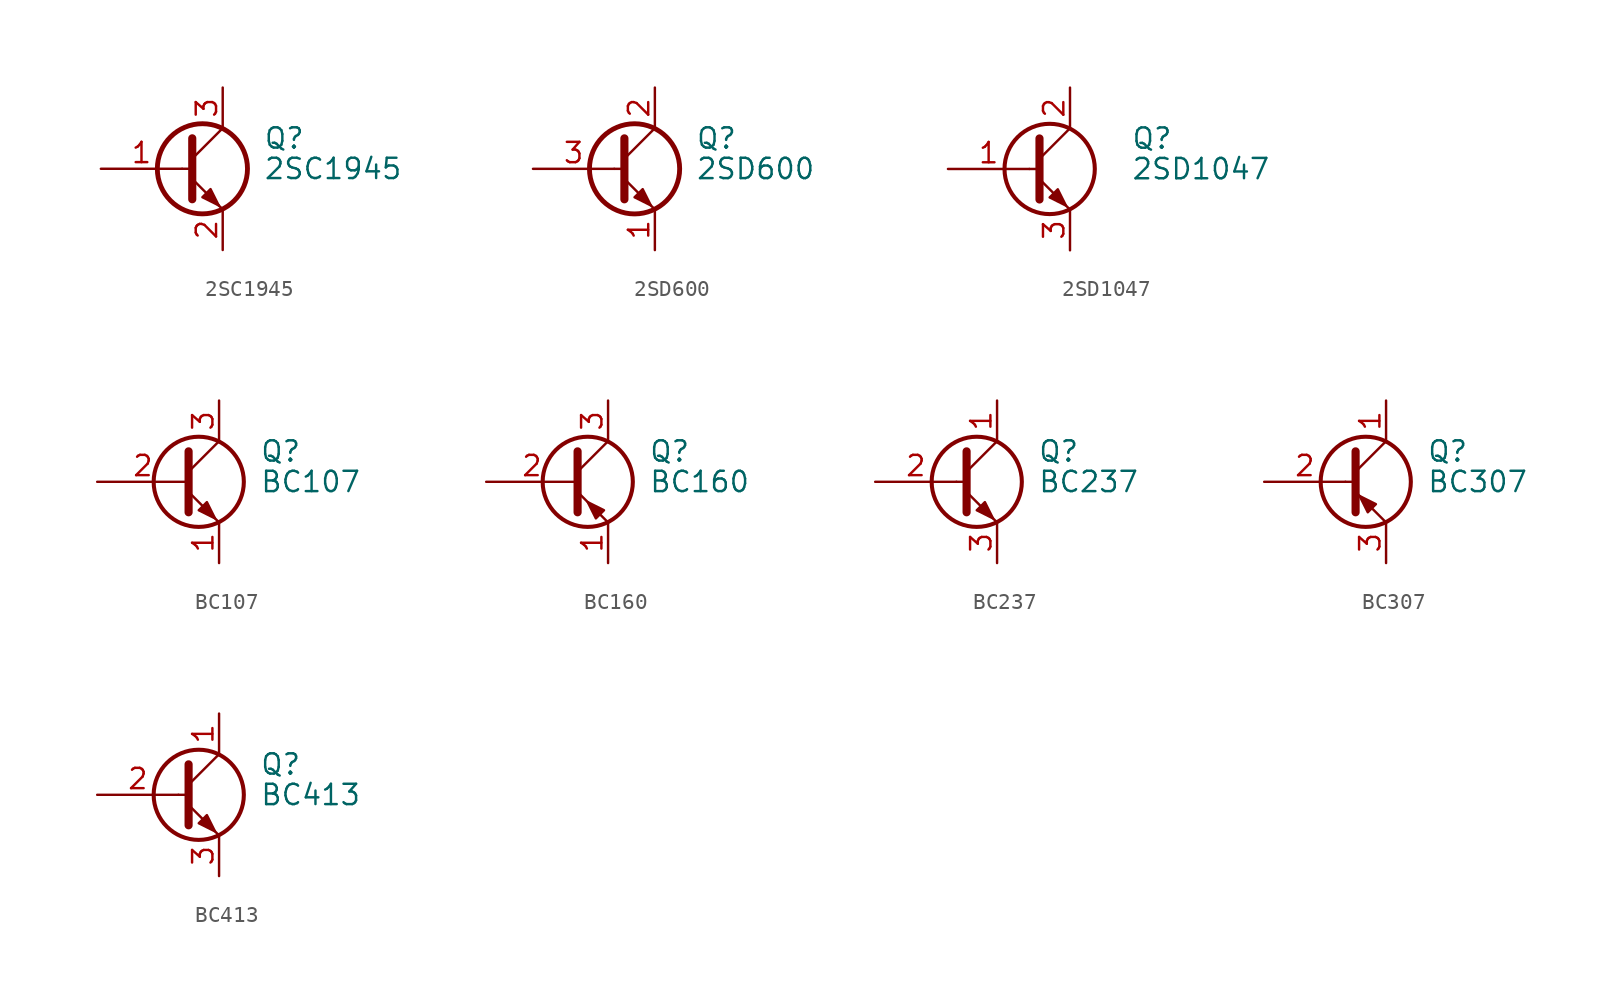
<source format=kicad_sym>
(kicad_symbol_lib
  (version 20201005)
  (generator kicad_symbol_editor)
  (symbol "Transistor_BJT:2SC1945"
    (pin_names
      (offset 0) hide)
    (property "Reference" "Q"
      (at 5.08 1.905 0)
      (effects (font (size 1.27 1.27)) (justify left)))
    (property "Value" "2SC1945"
      (at 5.08 0 0)
      (effects (font (size 1.27 1.27)) (justify left)))
    (symbol "2SC1945_0_1"
      (circle (center 1.27 0) (radius 2.819) (stroke (width 0.305)) (fill (type none)))
      (polyline (pts (xy 0 0) (xy 0.635 0)) (stroke (width 0)) (fill (type none)))
      (polyline (pts (xy 2.54 2.54) (xy 0.635 0.635)) (stroke (width 0)) (fill (type none)))
      (polyline (pts (xy 0.635 1.905) (xy 0.635 -1.905) (xy 0.635 -1.905)) (stroke (width 0.508)) (fill (type none)))
      (polyline (pts (xy 2.286 -2.286) (xy 1.778 -1.778) (xy 1.778 -1.778)) (stroke (width 0)) (fill (type none)))
      (polyline (pts (xy 2.54 -2.54) (xy 0.635 -0.635) (xy 1.27 -1.27)) (stroke (width 0)) (fill (type outline)))
      (polyline (pts (xy 1.27 -1.778) (xy 1.778 -1.27) (xy 2.286 -2.286) (xy 1.27 -1.778) (xy 1.27 -1.778)) (stroke (width 0)) (fill (type outline))))
    (symbol "2SC1945_1_1"
      (pin input line (at -5.08 0 0) (length 5.08) (name "B" (effects (font (size 1.27 1.27)))) (number "1" (effects (font (size 1.27 1.27)))))
      (pin passive line (at 2.54 -5.08 90) (length 2.54) (name "E" (effects (font (size 1.27 1.27)))) (number "2" (effects (font (size 1.27 1.27)))))
      (pin passive line (at 2.54 5.08 270) (length 2.54) (name "C" (effects (font (size 1.27 1.27)))) (number "3" (effects (font (size 1.27 1.27)))))))
  (symbol "Transistor_BJT:2SD600"
    (pin_names
      (offset 0) hide)
    (property "Reference" "Q"
      (at 5.08 1.905 0)
      (effects (font (size 1.27 1.27)) (justify left)))
    (property "Value" "2SD600"
      (at 5.08 0 0)
      (effects (font (size 1.27 1.27)) (justify left)))
    (symbol "2SD600_0_1"
      (circle (center 1.27 0) (radius 2.819) (stroke (width 0.305)) (fill (type none)))
      (polyline (pts (xy 0 0) (xy 0.635 0)) (stroke (width 0)) (fill (type none)))
      (polyline (pts (xy 2.54 -2.54) (xy 0.635 -0.635)) (stroke (width 0)) (fill (type none)))
      (polyline (pts (xy 2.54 2.54) (xy 0.635 0.635)) (stroke (width 0)) (fill (type none)))
      (polyline (pts (xy 0.635 1.905) (xy 0.635 -1.905) (xy 0.635 -1.905)) (stroke (width 0.508)) (fill (type outline)))
      (polyline (pts (xy 1.27 -1.778) (xy 1.778 -1.27) (xy 2.286 -2.286) (xy 1.27 -1.778) (xy 1.27 -1.778)) (stroke (width 0)) (fill (type outline))))
    (symbol "2SD600_1_1"
      (pin passive line (at 2.54 -5.08 90) (length 2.54) (name "E" (effects (font (size 1.27 1.27)))) (number "1" (effects (font (size 1.27 1.27)))))
      (pin passive line (at 2.54 5.08 270) (length 2.54) (name "C" (effects (font (size 1.27 1.27)))) (number "2" (effects (font (size 1.27 1.27)))))
      (pin input line (at -5.08 0 0) (length 5.08) (name "B" (effects (font (size 1.27 1.27)))) (number "3" (effects (font (size 1.27 1.27)))))))
  (symbol "Transistor_BJT:2SD1047"
    (pin_names
      (offset 0) hide)
    (property "Reference" "Q"
      (at 6.35 1.905 0)
      (effects (font (size 1.27 1.27)) (justify left)))
    (property "Value" "2SD1047"
      (at 6.35 0 0)
      (effects (font (size 1.27 1.27)) (justify left)))
    (symbol "2SD1047_0_1"
      (circle (center 1.27 0) (radius 2.819) (stroke (width 0.254)) (fill (type none)))
      (polyline (pts (xy 0 0) (xy 0.762 0)) (stroke (width 0)) (fill (type none)))
      (polyline (pts (xy 0.635 0.635) (xy 2.54 2.54)) (stroke (width 0)) (fill (type none)))
      (polyline (pts (xy 0.635 -0.635) (xy 2.54 -2.54) (xy 2.54 -2.54)) (stroke (width 0)) (fill (type none)))
      (polyline (pts (xy 0.635 1.905) (xy 0.635 -1.905) (xy 0.635 -1.905)) (stroke (width 0.508)) (fill (type none)))
      (polyline (pts (xy 1.27 -1.778) (xy 1.778 -1.27) (xy 2.286 -2.286) (xy 1.27 -1.778) (xy 1.27 -1.778)) (stroke (width 0)) (fill (type outline))))
    (symbol "2SD1047_1_1"
      (pin input line (at -5.08 0 0) (length 5.08) (name "B" (effects (font (size 1.27 1.27)))) (number "1" (effects (font (size 1.27 1.27)))))
      (pin passive line (at 2.54 5.08 270) (length 2.54) (name "C" (effects (font (size 1.27 1.27)))) (number "2" (effects (font (size 1.27 1.27)))))
      (pin passive line (at 2.54 -5.08 90) (length 2.54) (name "E" (effects (font (size 1.27 1.27)))) (number "3" (effects (font (size 1.27 1.27)))))))
  (symbol "Transistor_BJT:BC107"
    (pin_names
      (offset 0) hide)
    (property "Reference" "Q"
      (at 5.08 1.905 0)
      (effects (font (size 1.27 1.27)) (justify left)))
    (property "Value" "BC107"
      (at 5.08 0 0)
      (effects (font (size 1.27 1.27)) (justify left)))
    (symbol "BC107_0_1"
      (circle (center 1.27 0) (radius 2.819) (stroke (width 0.254)) (fill (type none)))
      (polyline (pts (xy 0.635 0.635) (xy 2.54 2.54)) (stroke (width 0)) (fill (type none)))
      (polyline (pts (xy 0.635 -0.635) (xy 2.54 -2.54) (xy 2.54 -2.54)) (stroke (width 0)) (fill (type none)))
      (polyline (pts (xy 0.635 1.905) (xy 0.635 -1.905) (xy 0.635 -1.905)) (stroke (width 0.508)) (fill (type none)))
      (polyline (pts (xy 1.27 -1.778) (xy 1.778 -1.27) (xy 2.286 -2.286) (xy 1.27 -1.778) (xy 1.27 -1.778)) (stroke (width 0)) (fill (type outline))))
    (symbol "BC107_1_1"
      (pin passive line (at 2.54 -5.08 90) (length 2.54) (name "E" (effects (font (size 1.27 1.27)))) (number "1" (effects (font (size 1.27 1.27)))))
      (pin input line (at -5.08 0 0) (length 5.715) (name "B" (effects (font (size 1.27 1.27)))) (number "2" (effects (font (size 1.27 1.27)))))
      (pin passive line (at 2.54 5.08 270) (length 2.54) (name "C" (effects (font (size 1.27 1.27)))) (number "3" (effects (font (size 1.27 1.27)))))))
  (symbol "Transistor_BJT:BC160"
    (pin_names
      (offset 0) hide)
    (property "Reference" "Q"
      (at 5.08 1.905 0)
      (effects (font (size 1.27 1.27)) (justify left)))
    (property "Value" "BC160"
      (at 5.08 0 0)
      (effects (font (size 1.27 1.27)) (justify left)))
    (symbol "BC160_0_1"
      (circle (center 1.27 0) (radius 2.819) (stroke (width 0.254)) (fill (type none)))
      (polyline (pts (xy 0.635 0.635) (xy 2.54 2.54)) (stroke (width 0)) (fill (type none)))
      (polyline (pts (xy 0.635 -0.635) (xy 2.54 -2.54) (xy 2.54 -2.54)) (stroke (width 0)) (fill (type none)))
      (polyline (pts (xy 0.635 1.905) (xy 0.635 -1.905) (xy 0.635 -1.905)) (stroke (width 0.508)) (fill (type none)))
      (polyline (pts (xy 2.286 -1.778) (xy 1.778 -2.286) (xy 1.27 -1.27) (xy 2.286 -1.778) (xy 2.286 -1.778)) (stroke (width 0)) (fill (type outline))))
    (symbol "BC160_1_1"
      (pin passive line (at 2.54 -5.08 90) (length 2.54) (name "E" (effects (font (size 1.27 1.27)))) (number "1" (effects (font (size 1.27 1.27)))))
      (pin input line (at -5.08 0 0) (length 5.715) (name "B" (effects (font (size 1.27 1.27)))) (number "2" (effects (font (size 1.27 1.27)))))
      (pin passive line (at 2.54 5.08 270) (length 2.54) (name "C" (effects (font (size 1.27 1.27)))) (number "3" (effects (font (size 1.27 1.27)))))))
  (symbol "Transistor_BJT:BC237"
    (pin_names
      (offset 0) hide)
    (property "Reference" "Q"
      (at 5.08 1.905 0)
      (effects (font (size 1.27 1.27)) (justify left)))
    (property "Value" "BC237"
      (at 5.08 0 0)
      (effects (font (size 1.27 1.27)) (justify left)))
    (symbol "BC237_0_1"
      (circle (center 1.27 0) (radius 2.819) (stroke (width 0.254)) (fill (type none)))
      (polyline (pts (xy 0 0) (xy 0.635 0)) (stroke (width 0)) (fill (type none)))
      (polyline (pts (xy 0.635 0.635) (xy 2.54 2.54)) (stroke (width 0)) (fill (type none)))
      (polyline (pts (xy 0.635 -0.635) (xy 2.54 -2.54) (xy 2.54 -2.54)) (stroke (width 0)) (fill (type none)))
      (polyline (pts (xy 0.635 1.905) (xy 0.635 -1.905) (xy 0.635 -1.905)) (stroke (width 0.508)) (fill (type none)))
      (polyline (pts (xy 1.27 -1.778) (xy 1.778 -1.27) (xy 2.286 -2.286) (xy 1.27 -1.778) (xy 1.27 -1.778)) (stroke (width 0)) (fill (type outline))))
    (symbol "BC237_1_1"
      (pin passive line (at 2.54 5.08 270) (length 2.54) (name "C" (effects (font (size 1.27 1.27)))) (number "1" (effects (font (size 1.27 1.27)))))
      (pin input line (at -5.08 0 0) (length 5.08) (name "B" (effects (font (size 1.27 1.27)))) (number "2" (effects (font (size 1.27 1.27)))))
      (pin passive line (at 2.54 -5.08 90) (length 2.54) (name "E" (effects (font (size 1.27 1.27)))) (number "3" (effects (font (size 1.27 1.27)))))))
  (symbol "Transistor_BJT:BC307"
    (pin_names
      (offset 0) hide)
    (property "Reference" "Q"
      (at 5.08 1.905 0)
      (effects (font (size 1.27 1.27)) (justify left)))
    (property "Value" "BC307"
      (at 5.08 0 0)
      (effects (font (size 1.27 1.27)) (justify left)))
    (symbol "BC307_0_1"
      (circle (center 1.27 0) (radius 2.819) (stroke (width 0.254)) (fill (type none)))
      (polyline (pts (xy 0 0) (xy 0.635 0)) (stroke (width 0)) (fill (type none)))
      (polyline (pts (xy 2.54 -2.54) (xy 0.635 -0.635)) (stroke (width 0)) (fill (type none)))
      (polyline (pts (xy 2.54 2.54) (xy 0.635 0.635)) (stroke (width 0)) (fill (type none)))
      (polyline (pts (xy 0.635 1.905) (xy 0.635 -1.905) (xy 0.635 -1.905)) (stroke (width 0.508)) (fill (type outline)))
      (polyline (pts (xy 1.397 -1.905) (xy 1.905 -1.397) (xy 0.889 -0.889) (xy 1.397 -1.905) (xy 1.397 -1.905)) (stroke (width 0)) (fill (type outline))))
    (symbol "BC307_1_1"
      (pin passive line (at 2.54 5.08 270) (length 2.54) (name "C" (effects (font (size 1.27 1.27)))) (number "1" (effects (font (size 1.27 1.27)))))
      (pin input line (at -5.08 0 0) (length 5.08) (name "B" (effects (font (size 1.27 1.27)))) (number "2" (effects (font (size 1.27 1.27)))))
      (pin passive line (at 2.54 -5.08 90) (length 2.54) (name "E" (effects (font (size 1.27 1.27)))) (number "3" (effects (font (size 1.27 1.27)))))))
  (symbol "Transistor_BJT:BC413"
    (pin_names
      (offset 0) hide)
    (property "Reference" "Q"
      (at 5.08 1.905 0)
      (effects (font (size 1.27 1.27)) (justify left)))
    (property "Value" "BC413"
      (at 5.08 0 0)
      (effects (font (size 1.27 1.27)) (justify left)))
    (symbol "BC413_0_1"
      (circle (center 1.27 0) (radius 2.819) (stroke (width 0.254)) (fill (type none)))
      (polyline (pts (xy 0 0) (xy 0.635 0)) (stroke (width 0)) (fill (type none)))
      (polyline (pts (xy 0.635 0.635) (xy 2.54 2.54)) (stroke (width 0)) (fill (type none)))
      (polyline (pts (xy 0.635 -0.635) (xy 2.54 -2.54) (xy 2.54 -2.54)) (stroke (width 0)) (fill (type none)))
      (polyline (pts (xy 0.635 1.905) (xy 0.635 -1.905) (xy 0.635 -1.905)) (stroke (width 0.508)) (fill (type none)))
      (polyline (pts (xy 1.27 -1.778) (xy 1.778 -1.27) (xy 2.286 -2.286) (xy 1.27 -1.778) (xy 1.27 -1.778)) (stroke (width 0)) (fill (type outline))))
    (symbol "BC413_1_1"
      (pin passive line (at 2.54 5.08 270) (length 2.54) (name "C" (effects (font (size 1.27 1.27)))) (number "1" (effects (font (size 1.27 1.27)))))
      (pin input line (at -5.08 0 0) (length 5.08) (name "B" (effects (font (size 1.27 1.27)))) (number "2" (effects (font (size 1.27 1.27)))))
      (pin passive line (at 2.54 -5.08 90) (length 2.54) (name "E" (effects (font (size 1.27 1.27)))) (number "3" (effects (font (size 1.27 1.27))))))))
</source>
